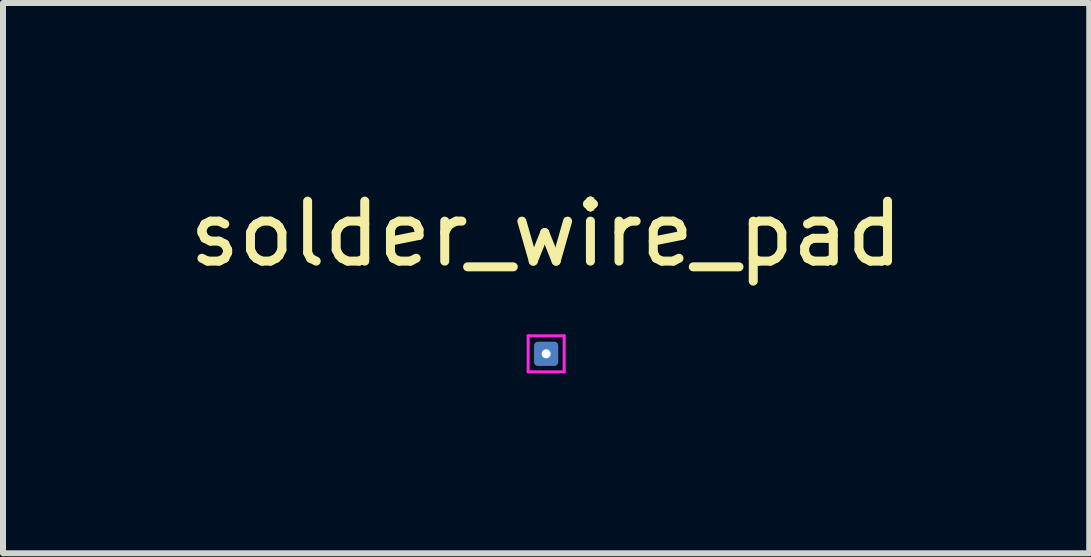
<source format=kicad_pcb>
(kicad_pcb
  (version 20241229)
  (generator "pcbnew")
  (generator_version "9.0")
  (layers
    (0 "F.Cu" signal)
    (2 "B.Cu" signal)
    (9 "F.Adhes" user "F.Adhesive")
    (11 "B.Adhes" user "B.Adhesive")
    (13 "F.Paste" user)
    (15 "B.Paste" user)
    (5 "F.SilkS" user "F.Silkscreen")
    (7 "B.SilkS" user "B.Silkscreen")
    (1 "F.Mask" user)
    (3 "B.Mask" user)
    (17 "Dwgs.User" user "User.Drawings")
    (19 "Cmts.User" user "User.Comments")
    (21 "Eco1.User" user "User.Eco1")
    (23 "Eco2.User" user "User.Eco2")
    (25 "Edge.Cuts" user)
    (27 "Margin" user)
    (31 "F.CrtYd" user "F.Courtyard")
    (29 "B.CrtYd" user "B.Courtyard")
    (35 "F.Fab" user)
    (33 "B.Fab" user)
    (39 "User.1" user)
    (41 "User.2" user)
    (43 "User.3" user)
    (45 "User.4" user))
  (footprint "solder_wire_pad"
    (layer "F.Cu")
    (at 6.054 2.848)
    (property "Reference" "solder_wire_pad" (at 0 -2 0) (layer "F.SilkS") (effects (font (size 1 1) (thickness 0.15))))
    (attr exclude_from_pos_files exclude_from_bom)
    (fp_line (start -0.3 -0.3) (end -0.3 0.3) (stroke (width 0.05) (type solid)) (layer "F.CrtYd"))
    (fp_line (start -0.3 0.3) (end 0.3 0.3) (stroke (width 0.05) (type solid)) (layer "F.CrtYd"))
    (fp_line (start 0.3 -0.3) (end -0.3 -0.3) (stroke (width 0.05) (type solid)) (layer "F.CrtYd"))
    (fp_line (start 0.3 0.3) (end 0.3 -0.3) (stroke (width 0.05) (type solid)) (layer "F.CrtYd"))
    (pad "1" thru_hole roundrect (at 0 0) (size 0.4 0.4) (drill 0.15) (layers "*.Cu" "*.Mask") (roundrect_rratio 0.156)))
  (gr_rect
    (start -3 -3)
    (end 15.107 6.173)
    (stroke (width 0.1) (type default))
    (fill no)
    (layer "Edge.Cuts")))
</source>
